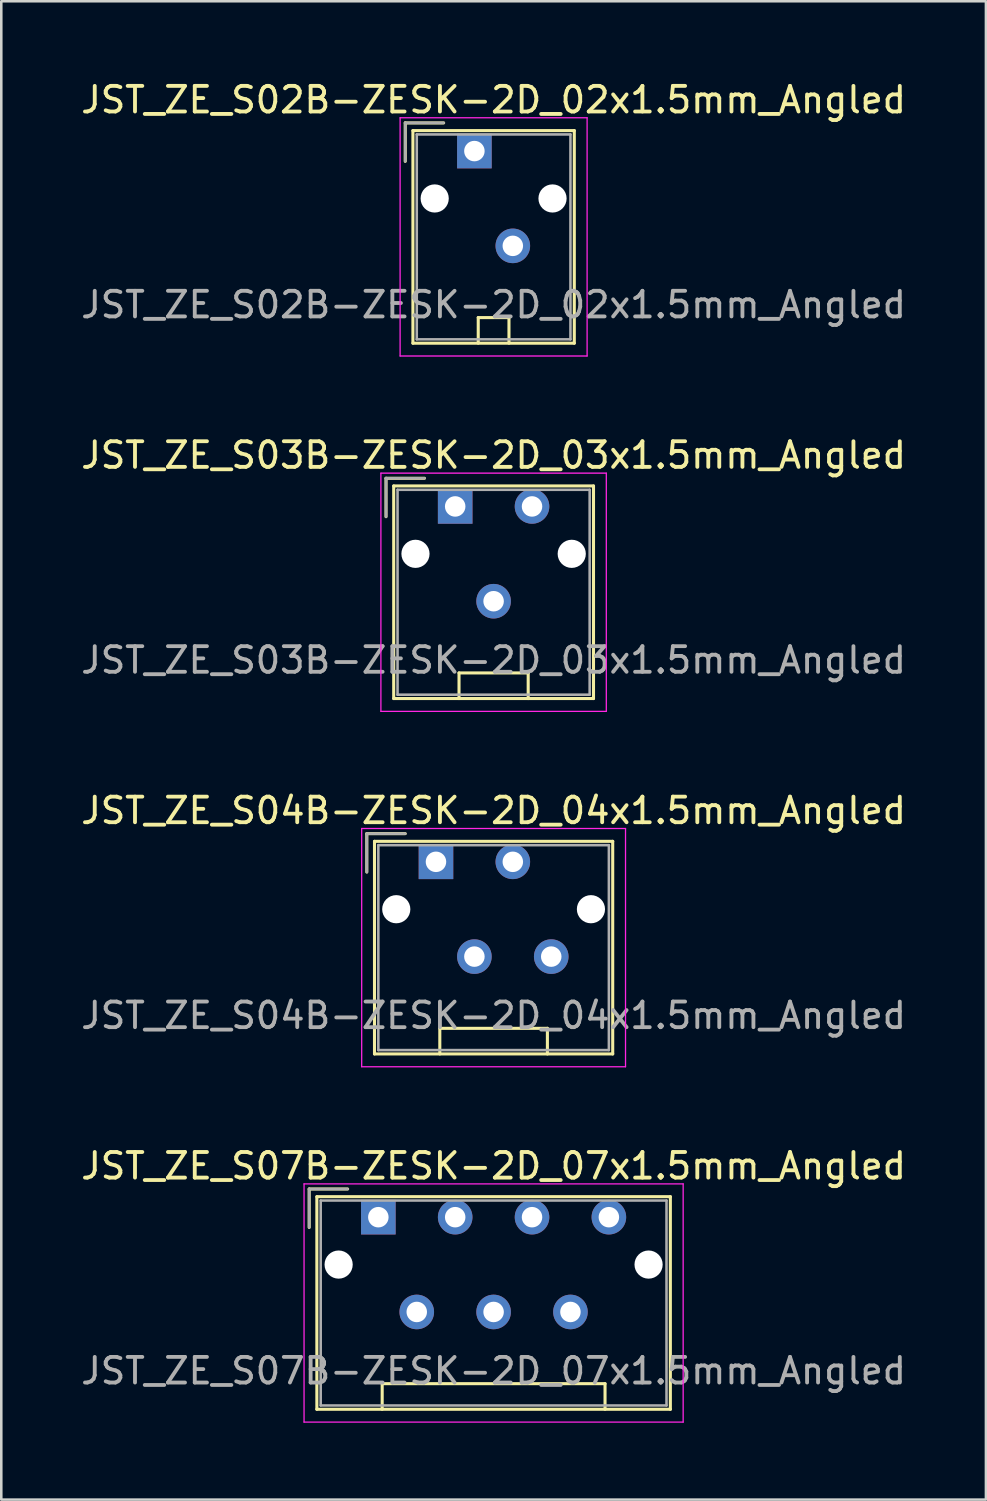
<source format=kicad_pcb>
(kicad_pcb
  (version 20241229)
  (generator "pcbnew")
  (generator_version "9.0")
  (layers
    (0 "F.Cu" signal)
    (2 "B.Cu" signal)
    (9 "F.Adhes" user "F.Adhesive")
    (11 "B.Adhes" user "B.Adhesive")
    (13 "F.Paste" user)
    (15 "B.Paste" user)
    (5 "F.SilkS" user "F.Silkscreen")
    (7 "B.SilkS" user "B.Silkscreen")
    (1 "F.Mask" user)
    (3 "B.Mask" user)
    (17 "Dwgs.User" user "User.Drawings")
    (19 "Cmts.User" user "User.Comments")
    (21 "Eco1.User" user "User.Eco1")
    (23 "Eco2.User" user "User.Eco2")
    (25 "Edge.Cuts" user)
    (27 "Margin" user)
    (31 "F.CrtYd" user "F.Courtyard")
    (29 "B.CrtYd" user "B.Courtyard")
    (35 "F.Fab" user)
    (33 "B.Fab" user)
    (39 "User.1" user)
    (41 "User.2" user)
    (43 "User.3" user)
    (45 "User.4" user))
  (footprint "JST_ZE_S07B-ZESK-2D_07x1.5mm_Angled"
    (layer "F.Cu")
    (at 11.72 44.468)
    (property "Reference" "JST_ZE_S07B-ZESK-2D_07x1.5mm_Angled" (at 4.5 -2 0) (layer "F.SilkS") (effects (font (size 1 1) (thickness 0.15))))
    (attr through_hole)
    (fp_line (start -2.7 -1.1) (end -1.2 -1.1) (stroke (width 0.12) (type solid)) (layer "F.SilkS"))
    (fp_line (start -2.7 0.4) (end -2.7 -1.1) (stroke (width 0.12) (type solid)) (layer "F.SilkS"))
    (fp_line (start -2.4 -0.8) (end -2.4 7.5) (stroke (width 0.12) (type solid)) (layer "F.SilkS"))
    (fp_line (start -2.4 7.5) (end 11.4 7.5) (stroke (width 0.12) (type solid)) (layer "F.SilkS"))
    (fp_line (start 0.15 6.5) (end 8.85 6.5) (stroke (width 0.12) (type solid)) (layer "F.SilkS"))
    (fp_line (start 0.15 7.5) (end 0.15 6.5) (stroke (width 0.12) (type solid)) (layer "F.SilkS"))
    (fp_line (start 8.85 6.5) (end 8.85 7.5) (stroke (width 0.12) (type solid)) (layer "F.SilkS"))
    (fp_line (start 11.4 -0.8) (end -2.4 -0.8) (stroke (width 0.12) (type solid)) (layer "F.SilkS"))
    (fp_line (start 11.4 7.5) (end 11.4 -0.8) (stroke (width 0.12) (type solid)) (layer "F.SilkS"))
    (fp_line (start -2.9 -1.3) (end -2.9 8) (stroke (width 0.05) (type solid)) (layer "F.CrtYd"))
    (fp_line (start -2.9 8) (end 11.9 8) (stroke (width 0.05) (type solid)) (layer "F.CrtYd"))
    (fp_line (start 11.9 -1.3) (end -2.9 -1.3) (stroke (width 0.05) (type solid)) (layer "F.CrtYd"))
    (fp_line (start 11.9 8) (end 11.9 -1.3) (stroke (width 0.05) (type solid)) (layer "F.CrtYd"))
    (fp_line (start -2.7 -1.1) (end -1.2 -1.1) (stroke (width 0.1) (type solid)) (layer "F.Fab"))
    (fp_line (start -2.7 0.4) (end -2.7 -1.1) (stroke (width 0.1) (type solid)) (layer "F.Fab"))
    (fp_line (start -2.25 -0.65) (end -2.25 7.35) (stroke (width 0.1) (type solid)) (layer "F.Fab"))
    (fp_line (start -2.25 7.35) (end 11.25 7.35) (stroke (width 0.1) (type solid)) (layer "F.Fab"))
    (fp_line (start 11.25 -0.65) (end -2.25 -0.65) (stroke (width 0.1) (type solid)) (layer "F.Fab"))
    (fp_line (start 11.25 7.35) (end 11.25 -0.65) (stroke (width 0.1) (type solid)) (layer "F.Fab"))
    (fp_text user "${REFERENCE}" (at 4.5 6 0) (layer "F.Fab") (effects (font (size 1 1) (thickness 0.15))))
    (pad "" np_thru_hole circle (at -1.55 1.85) (size 1.1 1.1) (drill 1.1) (layers "*.Cu"))
    (pad "" np_thru_hole circle (at 10.55 1.85) (size 1.1 1.1) (drill 1.1) (layers "*.Cu"))
    (pad "1" thru_hole rect (at 0 0) (size 1.35 1.35) (drill 0.8) (layers "*.Cu" "*.Mask"))
    (pad "2" thru_hole circle (at 1.5 3.7) (size 1.35 1.35) (drill 0.8) (layers "*.Cu" "*.Mask"))
    (pad "3" thru_hole circle (at 3 0) (size 1.35 1.35) (drill 0.8) (layers "*.Cu" "*.Mask"))
    (pad "4" thru_hole circle (at 4.5 3.7) (size 1.35 1.35) (drill 0.8) (layers "*.Cu" "*.Mask"))
    (pad "5" thru_hole circle (at 6 0) (size 1.35 1.35) (drill 0.8) (layers "*.Cu" "*.Mask"))
    (pad "6" thru_hole circle (at 7.5 3.7) (size 1.35 1.35) (drill 0.8) (layers "*.Cu" "*.Mask"))
    (pad "7" thru_hole circle (at 9 0) (size 1.35 1.35) (drill 0.8) (layers "*.Cu" "*.Mask")))
  (footprint "JST_ZE_S04B-ZESK-2D_04x1.5mm_Angled"
    (layer "F.Cu")
    (at 13.97 30.595)
    (property "Reference" "JST_ZE_S04B-ZESK-2D_04x1.5mm_Angled" (at 2.25 -2 0) (layer "F.SilkS") (effects (font (size 1 1) (thickness 0.15))))
    (attr through_hole)
    (fp_line (start -2.7 -1.1) (end -1.2 -1.1) (stroke (width 0.12) (type solid)) (layer "F.SilkS"))
    (fp_line (start -2.7 0.4) (end -2.7 -1.1) (stroke (width 0.12) (type solid)) (layer "F.SilkS"))
    (fp_line (start -2.4 -0.8) (end -2.4 7.5) (stroke (width 0.12) (type solid)) (layer "F.SilkS"))
    (fp_line (start -2.4 7.5) (end 6.9 7.5) (stroke (width 0.12) (type solid)) (layer "F.SilkS"))
    (fp_line (start 0.15 6.5) (end 4.35 6.5) (stroke (width 0.12) (type solid)) (layer "F.SilkS"))
    (fp_line (start 0.15 7.5) (end 0.15 6.5) (stroke (width 0.12) (type solid)) (layer "F.SilkS"))
    (fp_line (start 4.35 6.5) (end 4.35 7.5) (stroke (width 0.12) (type solid)) (layer "F.SilkS"))
    (fp_line (start 6.9 -0.8) (end -2.4 -0.8) (stroke (width 0.12) (type solid)) (layer "F.SilkS"))
    (fp_line (start 6.9 7.5) (end 6.9 -0.8) (stroke (width 0.12) (type solid)) (layer "F.SilkS"))
    (fp_line (start -2.9 -1.3) (end -2.9 8) (stroke (width 0.05) (type solid)) (layer "F.CrtYd"))
    (fp_line (start -2.9 8) (end 7.4 8) (stroke (width 0.05) (type solid)) (layer "F.CrtYd"))
    (fp_line (start 7.4 -1.3) (end -2.9 -1.3) (stroke (width 0.05) (type solid)) (layer "F.CrtYd"))
    (fp_line (start 7.4 8) (end 7.4 -1.3) (stroke (width 0.05) (type solid)) (layer "F.CrtYd"))
    (fp_line (start -2.7 -1.1) (end -1.2 -1.1) (stroke (width 0.1) (type solid)) (layer "F.Fab"))
    (fp_line (start -2.7 0.4) (end -2.7 -1.1) (stroke (width 0.1) (type solid)) (layer "F.Fab"))
    (fp_line (start -2.25 -0.65) (end -2.25 7.35) (stroke (width 0.1) (type solid)) (layer "F.Fab"))
    (fp_line (start -2.25 7.35) (end 6.75 7.35) (stroke (width 0.1) (type solid)) (layer "F.Fab"))
    (fp_line (start 6.75 -0.65) (end -2.25 -0.65) (stroke (width 0.1) (type solid)) (layer "F.Fab"))
    (fp_line (start 6.75 7.35) (end 6.75 -0.65) (stroke (width 0.1) (type solid)) (layer "F.Fab"))
    (fp_text user "${REFERENCE}" (at 2.25 6 0) (layer "F.Fab") (effects (font (size 1 1) (thickness 0.15))))
    (pad "" np_thru_hole circle (at -1.55 1.85) (size 1.1 1.1) (drill 1.1) (layers "*.Cu"))
    (pad "" np_thru_hole circle (at 6.05 1.85) (size 1.1 1.1) (drill 1.1) (layers "*.Cu"))
    (pad "1" thru_hole rect (at 0 0) (size 1.35 1.35) (drill 0.8) (layers "*.Cu" "*.Mask"))
    (pad "2" thru_hole circle (at 1.5 3.7) (size 1.35 1.35) (drill 0.8) (layers "*.Cu" "*.Mask"))
    (pad "3" thru_hole circle (at 3 0) (size 1.35 1.35) (drill 0.8) (layers "*.Cu" "*.Mask"))
    (pad "4" thru_hole circle (at 4.5 3.7) (size 1.35 1.35) (drill 0.8) (layers "*.Cu" "*.Mask")))
  (footprint "JST_ZE_S02B-ZESK-2D_02x1.5mm_Angled"
    (layer "F.Cu")
    (at 15.47 2.848)
    (property "Reference" "JST_ZE_S02B-ZESK-2D_02x1.5mm_Angled" (at 0.75 -2 0) (layer "F.SilkS") (effects (font (size 1 1) (thickness 0.15))))
    (attr through_hole)
    (fp_line (start -2.7 -1.1) (end -1.2 -1.1) (stroke (width 0.12) (type solid)) (layer "F.SilkS"))
    (fp_line (start -2.7 0.4) (end -2.7 -1.1) (stroke (width 0.12) (type solid)) (layer "F.SilkS"))
    (fp_line (start -2.4 -0.8) (end -2.4 7.5) (stroke (width 0.12) (type solid)) (layer "F.SilkS"))
    (fp_line (start -2.4 7.5) (end 3.9 7.5) (stroke (width 0.12) (type solid)) (layer "F.SilkS"))
    (fp_line (start 0.15 6.5) (end 1.35 6.5) (stroke (width 0.12) (type solid)) (layer "F.SilkS"))
    (fp_line (start 0.15 7.5) (end 0.15 6.5) (stroke (width 0.12) (type solid)) (layer "F.SilkS"))
    (fp_line (start 1.35 6.5) (end 1.35 7.5) (stroke (width 0.12) (type solid)) (layer "F.SilkS"))
    (fp_line (start 3.9 -0.8) (end -2.4 -0.8) (stroke (width 0.12) (type solid)) (layer "F.SilkS"))
    (fp_line (start 3.9 7.5) (end 3.9 -0.8) (stroke (width 0.12) (type solid)) (layer "F.SilkS"))
    (fp_line (start -2.9 -1.3) (end -2.9 8) (stroke (width 0.05) (type solid)) (layer "F.CrtYd"))
    (fp_line (start -2.9 8) (end 4.4 8) (stroke (width 0.05) (type solid)) (layer "F.CrtYd"))
    (fp_line (start 4.4 -1.3) (end -2.9 -1.3) (stroke (width 0.05) (type solid)) (layer "F.CrtYd"))
    (fp_line (start 4.4 8) (end 4.4 -1.3) (stroke (width 0.05) (type solid)) (layer "F.CrtYd"))
    (fp_line (start -2.7 -1.1) (end -1.2 -1.1) (stroke (width 0.1) (type solid)) (layer "F.Fab"))
    (fp_line (start -2.7 0.4) (end -2.7 -1.1) (stroke (width 0.1) (type solid)) (layer "F.Fab"))
    (fp_line (start -2.25 -0.65) (end -2.25 7.35) (stroke (width 0.1) (type solid)) (layer "F.Fab"))
    (fp_line (start -2.25 7.35) (end 3.75 7.35) (stroke (width 0.1) (type solid)) (layer "F.Fab"))
    (fp_line (start 3.75 -0.65) (end -2.25 -0.65) (stroke (width 0.1) (type solid)) (layer "F.Fab"))
    (fp_line (start 3.75 7.35) (end 3.75 -0.65) (stroke (width 0.1) (type solid)) (layer "F.Fab"))
    (fp_text user "${REFERENCE}" (at 0.75 6 0) (layer "F.Fab") (effects (font (size 1 1) (thickness 0.15))))
    (pad "" np_thru_hole circle (at -1.55 1.85) (size 1.1 1.1) (drill 1.1) (layers "*.Cu"))
    (pad "" np_thru_hole circle (at 3.05 1.85) (size 1.1 1.1) (drill 1.1) (layers "*.Cu"))
    (pad "1" thru_hole rect (at 0 0) (size 1.35 1.35) (drill 0.8) (layers "*.Cu" "*.Mask"))
    (pad "2" thru_hole circle (at 1.5 3.7) (size 1.35 1.35) (drill 0.8) (layers "*.Cu" "*.Mask")))
  (footprint "JST_ZE_S03B-ZESK-2D_03x1.5mm_Angled"
    (layer "F.Cu")
    (at 14.72 16.721)
    (property "Reference" "JST_ZE_S03B-ZESK-2D_03x1.5mm_Angled" (at 1.5 -2 0) (layer "F.SilkS") (effects (font (size 1 1) (thickness 0.15))))
    (attr through_hole)
    (fp_line (start -2.7 -1.1) (end -1.2 -1.1) (stroke (width 0.12) (type solid)) (layer "F.SilkS"))
    (fp_line (start -2.7 0.4) (end -2.7 -1.1) (stroke (width 0.12) (type solid)) (layer "F.SilkS"))
    (fp_line (start -2.4 -0.8) (end -2.4 7.5) (stroke (width 0.12) (type solid)) (layer "F.SilkS"))
    (fp_line (start -2.4 7.5) (end 5.4 7.5) (stroke (width 0.12) (type solid)) (layer "F.SilkS"))
    (fp_line (start 0.15 6.5) (end 2.85 6.5) (stroke (width 0.12) (type solid)) (layer "F.SilkS"))
    (fp_line (start 0.15 7.5) (end 0.15 6.5) (stroke (width 0.12) (type solid)) (layer "F.SilkS"))
    (fp_line (start 2.85 6.5) (end 2.85 7.5) (stroke (width 0.12) (type solid)) (layer "F.SilkS"))
    (fp_line (start 5.4 -0.8) (end -2.4 -0.8) (stroke (width 0.12) (type solid)) (layer "F.SilkS"))
    (fp_line (start 5.4 7.5) (end 5.4 -0.8) (stroke (width 0.12) (type solid)) (layer "F.SilkS"))
    (fp_line (start -2.9 -1.3) (end -2.9 8) (stroke (width 0.05) (type solid)) (layer "F.CrtYd"))
    (fp_line (start -2.9 8) (end 5.9 8) (stroke (width 0.05) (type solid)) (layer "F.CrtYd"))
    (fp_line (start 5.9 -1.3) (end -2.9 -1.3) (stroke (width 0.05) (type solid)) (layer "F.CrtYd"))
    (fp_line (start 5.9 8) (end 5.9 -1.3) (stroke (width 0.05) (type solid)) (layer "F.CrtYd"))
    (fp_line (start -2.7 -1.1) (end -1.2 -1.1) (stroke (width 0.1) (type solid)) (layer "F.Fab"))
    (fp_line (start -2.7 0.4) (end -2.7 -1.1) (stroke (width 0.1) (type solid)) (layer "F.Fab"))
    (fp_line (start -2.25 -0.65) (end -2.25 7.35) (stroke (width 0.1) (type solid)) (layer "F.Fab"))
    (fp_line (start -2.25 7.35) (end 5.25 7.35) (stroke (width 0.1) (type solid)) (layer "F.Fab"))
    (fp_line (start 5.25 -0.65) (end -2.25 -0.65) (stroke (width 0.1) (type solid)) (layer "F.Fab"))
    (fp_line (start 5.25 7.35) (end 5.25 -0.65) (stroke (width 0.1) (type solid)) (layer "F.Fab"))
    (fp_text user "${REFERENCE}" (at 1.5 6 0) (layer "F.Fab") (effects (font (size 1 1) (thickness 0.15))))
    (pad "" np_thru_hole circle (at -1.55 1.85) (size 1.1 1.1) (drill 1.1) (layers "*.Cu"))
    (pad "" np_thru_hole circle (at 4.55 1.85) (size 1.1 1.1) (drill 1.1) (layers "*.Cu"))
    (pad "1" thru_hole rect (at 0 0) (size 1.35 1.35) (drill 0.8) (layers "*.Cu" "*.Mask"))
    (pad "2" thru_hole circle (at 1.5 3.7) (size 1.35 1.35) (drill 0.8) (layers "*.Cu" "*.Mask"))
    (pad "3" thru_hole circle (at 3 0) (size 1.35 1.35) (drill 0.8) (layers "*.Cu" "*.Mask")))
  (gr_rect
    (start -3 -3)
    (end 35.44 55.493)
    (stroke (width 0.1) (type default))
    (fill no)
    (layer "Edge.Cuts")))
</source>
